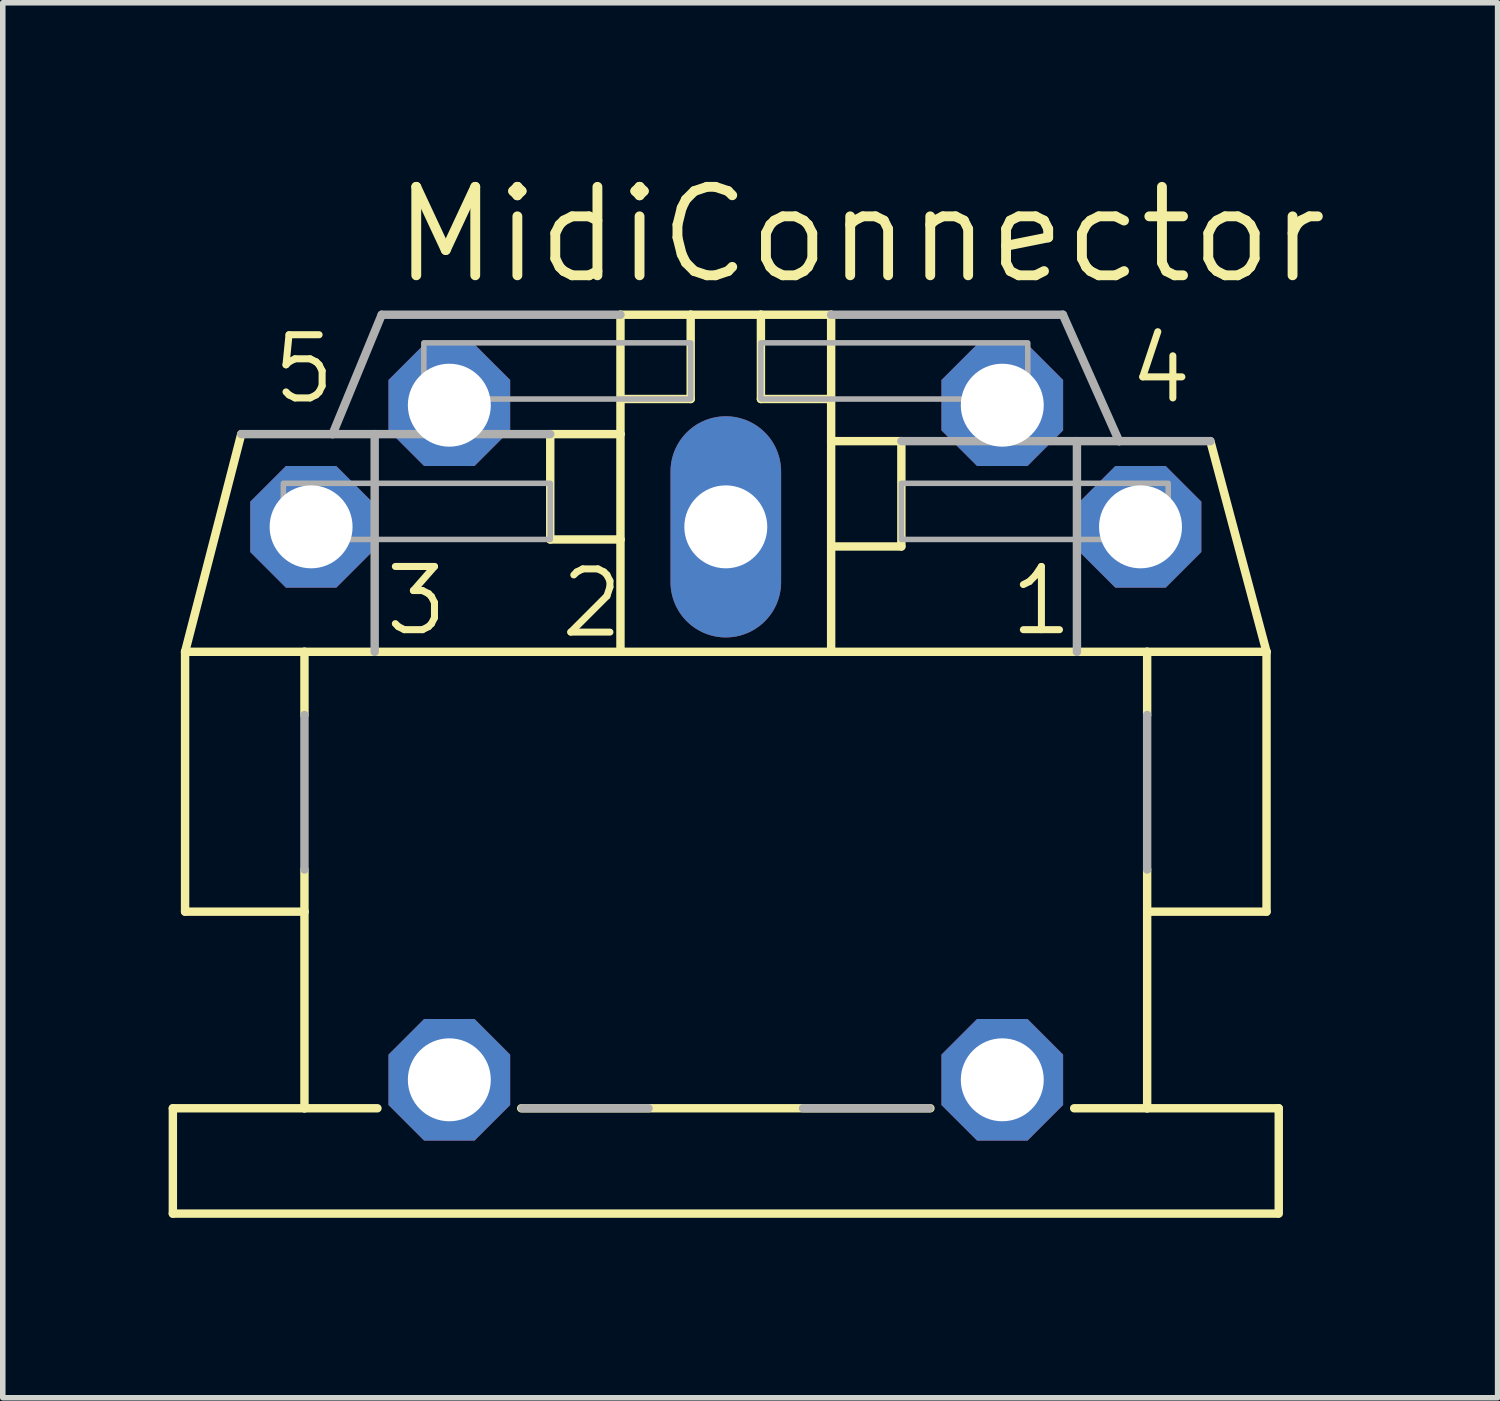
<source format=kicad_pcb>
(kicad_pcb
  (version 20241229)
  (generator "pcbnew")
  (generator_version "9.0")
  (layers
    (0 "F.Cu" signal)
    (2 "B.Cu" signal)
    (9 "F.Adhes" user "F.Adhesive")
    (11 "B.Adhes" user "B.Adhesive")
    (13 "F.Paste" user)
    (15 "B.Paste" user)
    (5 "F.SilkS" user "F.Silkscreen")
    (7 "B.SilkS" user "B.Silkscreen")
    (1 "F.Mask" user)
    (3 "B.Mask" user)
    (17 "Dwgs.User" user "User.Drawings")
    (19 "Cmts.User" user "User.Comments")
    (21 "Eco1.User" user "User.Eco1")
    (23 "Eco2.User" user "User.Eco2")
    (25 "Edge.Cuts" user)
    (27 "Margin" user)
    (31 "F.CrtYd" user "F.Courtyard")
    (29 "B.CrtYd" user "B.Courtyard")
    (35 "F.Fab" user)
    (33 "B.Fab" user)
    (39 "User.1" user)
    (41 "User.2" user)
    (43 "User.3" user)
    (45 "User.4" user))
  (footprint "MidiConnector"
    (layer "F.Cu")
    (at 10.076 18.978)
    (property "Reference" "MidiConnector" (at -6.096 -16.844 0) (unlocked yes) (layer "F.SilkS") (effects (font (size 1.6 1.6) (thickness 0.178)) (justify left bottom)))
    (fp_line (start -10 -0.08) (end -10 -1.985) (stroke (width 0.152) (type solid)) (layer "F.SilkS"))
    (fp_line (start -10 -0.08) (end 9.979 -0.08) (stroke (width 0.152) (type solid)) (layer "F.SilkS"))
    (fp_line (start -9.779 -5.541) (end -9.779 -10.24) (stroke (width 0.152) (type solid)) (layer "F.SilkS"))
    (fp_line (start -9.779 -5.541) (end -7.62 -5.541) (stroke (width 0.152) (type solid)) (layer "F.SilkS"))
    (fp_line (start -8.763 -14.177) (end -9.779 -10.24) (stroke (width 0.152) (type solid)) (layer "F.SilkS"))
    (fp_line (start -7.62 -10.24) (end -9.779 -10.24) (stroke (width 0.152) (type solid)) (layer "F.SilkS"))
    (fp_line (start -7.62 -10.24) (end -7.62 -9.097) (stroke (width 0.152) (type solid)) (layer "F.SilkS"))
    (fp_line (start -7.62 -5.541) (end -7.62 -6.303) (stroke (width 0.152) (type solid)) (layer "F.SilkS"))
    (fp_line (start -7.62 -1.985) (end -10 -1.985) (stroke (width 0.152) (type solid)) (layer "F.SilkS"))
    (fp_line (start -7.62 -1.985) (end -7.62 -5.541) (stroke (width 0.152) (type solid)) (layer "F.SilkS"))
    (fp_line (start -7.62 -1.985) (end -6.3 -1.985) (stroke (width 0.152) (type solid)) (layer "F.SilkS"))
    (fp_line (start -3.7 -1.985) (end 3.7 -1.985) (stroke (width 0.152) (type solid)) (layer "F.SilkS"))
    (fp_line (start -3.175 -14.177) (end -3.175 -12.272) (stroke (width 0.152) (type solid)) (layer "F.SilkS"))
    (fp_line (start -1.905 -16.336) (end -1.905 -14.812) (stroke (width 0.152) (type solid)) (layer "F.SilkS"))
    (fp_line (start -1.905 -14.812) (end -1.905 -14.177) (stroke (width 0.152) (type solid)) (layer "F.SilkS"))
    (fp_line (start -1.905 -14.812) (end -0.635 -14.812) (stroke (width 0.152) (type solid)) (layer "F.SilkS"))
    (fp_line (start -1.905 -14.177) (end -3.175 -14.177) (stroke (width 0.152) (type solid)) (layer "F.SilkS"))
    (fp_line (start -1.905 -14.177) (end -1.905 -12.272) (stroke (width 0.152) (type solid)) (layer "F.SilkS"))
    (fp_line (start -1.905 -12.272) (end -3.175 -12.272) (stroke (width 0.152) (type solid)) (layer "F.SilkS"))
    (fp_line (start -1.905 -12.272) (end -1.905 -10.24) (stroke (width 0.152) (type solid)) (layer "F.SilkS"))
    (fp_line (start -1.905 -10.24) (end -7.62 -10.24) (stroke (width 0.152) (type solid)) (layer "F.SilkS"))
    (fp_line (start -0.635 -16.336) (end -1.905 -16.336) (stroke (width 0.152) (type solid)) (layer "F.SilkS"))
    (fp_line (start -0.635 -16.336) (end -0.635 -14.812) (stroke (width 0.152) (type solid)) (layer "F.SilkS"))
    (fp_line (start 0.635 -16.336) (end -0.635 -16.336) (stroke (width 0.152) (type solid)) (layer "F.SilkS"))
    (fp_line (start 0.635 -16.336) (end 0.635 -14.812) (stroke (width 0.152) (type solid)) (layer "F.SilkS"))
    (fp_line (start 1.905 -16.336) (end 0.635 -16.336) (stroke (width 0.152) (type solid)) (layer "F.SilkS"))
    (fp_line (start 1.905 -16.336) (end 1.905 -14.812) (stroke (width 0.152) (type solid)) (layer "F.SilkS"))
    (fp_line (start 1.905 -14.812) (end 0.635 -14.812) (stroke (width 0.152) (type solid)) (layer "F.SilkS"))
    (fp_line (start 1.905 -14.812) (end 1.905 -14.05) (stroke (width 0.152) (type solid)) (layer "F.SilkS"))
    (fp_line (start 1.905 -14.05) (end 1.905 -12.145) (stroke (width 0.152) (type solid)) (layer "F.SilkS"))
    (fp_line (start 1.905 -12.145) (end 1.905 -10.24) (stroke (width 0.152) (type solid)) (layer "F.SilkS"))
    (fp_line (start 1.905 -12.145) (end 3.175 -12.145) (stroke (width 0.152) (type solid)) (layer "F.SilkS"))
    (fp_line (start 1.905 -10.24) (end -1.905 -10.24) (stroke (width 0.152) (type solid)) (layer "F.SilkS"))
    (fp_line (start 3.175 -14.05) (end 1.905 -14.05) (stroke (width 0.152) (type solid)) (layer "F.SilkS"))
    (fp_line (start 3.175 -14.05) (end 3.175 -12.145) (stroke (width 0.152) (type solid)) (layer "F.SilkS"))
    (fp_line (start 6.3 -1.985) (end 7.62 -1.985) (stroke (width 0.152) (type solid)) (layer "F.SilkS"))
    (fp_line (start 7.62 -10.24) (end 1.905 -10.24) (stroke (width 0.152) (type solid)) (layer "F.SilkS"))
    (fp_line (start 7.62 -10.24) (end 7.62 -9.097) (stroke (width 0.152) (type solid)) (layer "F.SilkS"))
    (fp_line (start 7.62 -5.541) (end 7.62 -6.303) (stroke (width 0.152) (type solid)) (layer "F.SilkS"))
    (fp_line (start 7.62 -1.985) (end 7.62 -5.541) (stroke (width 0.152) (type solid)) (layer "F.SilkS"))
    (fp_line (start 8.763 -14.05) (end 9.779 -10.24) (stroke (width 0.152) (type solid)) (layer "F.SilkS"))
    (fp_line (start 9.779 -10.24) (end 7.62 -10.24) (stroke (width 0.152) (type solid)) (layer "F.SilkS"))
    (fp_line (start 9.779 -5.541) (end 7.62 -5.541) (stroke (width 0.152) (type solid)) (layer "F.SilkS"))
    (fp_line (start 9.779 -5.541) (end 9.779 -10.24) (stroke (width 0.152) (type solid)) (layer "F.SilkS"))
    (fp_line (start 10 -1.985) (end 7.62 -1.985) (stroke (width 0.152) (type solid)) (layer "F.SilkS"))
    (fp_line (start 10 -0.08) (end 10 -1.985) (stroke (width 0.152) (type solid)) (layer "F.SilkS"))
    (fp_line (start -8.763 -14.177) (end -7.112 -14.177) (stroke (width 0.152) (type solid)) (layer "F.Fab"))
    (fp_line (start -7.62 -9.097) (end -7.62 -6.303) (stroke (width 0.152) (type solid)) (layer "F.Fab"))
    (fp_line (start -7.112 -14.177) (end -6.223 -16.336) (stroke (width 0.152) (type solid)) (layer "F.Fab"))
    (fp_line (start -6.35 -14.177) (end -7.112 -14.177) (stroke (width 0.152) (type solid)) (layer "F.Fab"))
    (fp_line (start -6.35 -14.177) (end -6.35 -10.24) (stroke (width 0.152) (type solid)) (layer "F.Fab"))
    (fp_line (start -3.175 -14.177) (end -6.35 -14.177) (stroke (width 0.152) (type solid)) (layer "F.Fab"))
    (fp_line (start -1.905 -16.336) (end -6.223 -16.336) (stroke (width 0.152) (type solid)) (layer "F.Fab"))
    (fp_line (start -1.397 -1.985) (end -3.683 -1.985) (stroke (width 0.152) (type solid)) (layer "F.Fab"))
    (fp_line (start 3.683 -1.985) (end 1.397 -1.985) (stroke (width 0.152) (type solid)) (layer "F.Fab"))
    (fp_line (start 6.096 -16.336) (end 1.905 -16.336) (stroke (width 0.152) (type solid)) (layer "F.Fab"))
    (fp_line (start 6.096 -16.336) (end 7.112 -14.05) (stroke (width 0.152) (type solid)) (layer "F.Fab"))
    (fp_line (start 6.35 -14.05) (end 3.175 -14.05) (stroke (width 0.152) (type solid)) (layer "F.Fab"))
    (fp_line (start 6.35 -14.05) (end 6.35 -10.24) (stroke (width 0.152) (type solid)) (layer "F.Fab"))
    (fp_line (start 7.112 -14.05) (end 6.35 -14.05) (stroke (width 0.152) (type solid)) (layer "F.Fab"))
    (fp_line (start 7.62 -9.097) (end 7.62 -6.303) (stroke (width 0.152) (type solid)) (layer "F.Fab"))
    (fp_line (start 8.763 -14.05) (end 7.112 -14.05) (stroke (width 0.152) (type solid)) (layer "F.Fab"))
    (fp_poly (pts (xy -8.001 -12.272) (xy -3.175 -12.272) (xy -3.175 -13.288) (xy -8.001 -13.288)) (stroke (width 0.1) (type default)) (fill no) (layer "F.Fab"))
    (fp_poly (pts (xy -5.461 -14.812) (xy -0.635 -14.812) (xy -0.635 -15.828) (xy -5.461 -15.828)) (stroke (width 0.1) (type default)) (fill no) (layer "F.Fab"))
    (fp_poly (pts (xy 0.635 -14.812) (xy 5.461 -14.812) (xy 5.461 -15.828) (xy 0.635 -15.828)) (stroke (width 0.1) (type default)) (fill no) (layer "F.Fab"))
    (fp_poly (pts (xy 3.175 -12.272) (xy 8.001 -12.272) (xy 8.001 -13.288) (xy 3.175 -13.288)) (stroke (width 0.1) (type default)) (fill no) (layer "F.Fab"))
    (fp_text user "2" (at -3.05 -10.45 0) (unlocked yes) (layer "F.SilkS") (effects (font (size 1.143 1.143) (thickness 0.127)) (justify left bottom)))
    (fp_text user "1" (at 5.08 -10.494 0) (unlocked yes) (layer "F.SilkS") (effects (font (size 1.143 1.143) (thickness 0.127)) (justify left bottom)))
    (fp_text user "4" (at 7.239 -14.685 0) (unlocked yes) (layer "F.SilkS") (effects (font (size 1.143 1.143) (thickness 0.127)) (justify left bottom)))
    (fp_text user "5" (at -8.255 -14.685 0) (unlocked yes) (layer "F.SilkS") (effects (font (size 1.143 1.143) (thickness 0.127)) (justify left bottom)))
    (fp_text user "3" (at -6.223 -10.494 0) (unlocked yes) (layer "F.SilkS") (effects (font (size 1.143 1.143) (thickness 0.127)) (justify left bottom)))
    (pad "1" thru_hole roundrect (at 7.5 -12.5) (size 2.2 2.2) (drill 1.5) (layers "*.Cu" "*.Mask") (roundrect_rratio 0.25) (chamfer_ratio 0.293) (chamfer top_left top_right bottom_left bottom_right))
    (pad "2" thru_hole oval (at 0 -12.5 90) (size 4 2) (drill 1.5) (layers "*.Cu" "*.Mask"))
    (pad "3" thru_hole roundrect (at -7.5 -12.5) (size 2.2 2.2) (drill 1.5) (layers "*.Cu" "*.Mask") (roundrect_rratio 0.25) (chamfer_ratio 0.293) (chamfer top_left top_right bottom_left bottom_right))
    (pad "4" thru_hole roundrect (at 5 -14.7) (size 2.2 2.2) (drill 1.5) (layers "*.Cu" "*.Mask") (roundrect_rratio 0.25) (chamfer_ratio 0.293) (chamfer top_left top_right bottom_left bottom_right))
    (pad "5" thru_hole roundrect (at -5 -14.7) (size 2.2 2.2) (drill 1.5) (layers "*.Cu" "*.Mask") (roundrect_rratio 0.25) (chamfer_ratio 0.293) (chamfer top_left top_right bottom_left bottom_right))
    (pad "PE1" thru_hole roundrect (at -5 -2.5) (size 2.2 2.2) (drill 1.5) (layers "*.Cu" "*.Mask") (roundrect_rratio 0.25) (chamfer_ratio 0.293) (chamfer top_left top_right bottom_left bottom_right))
    (pad "PE2" thru_hole roundrect (at 5 -2.5) (size 2.2 2.2) (drill 1.5) (layers "*.Cu" "*.Mask") (roundrect_rratio 0.25) (chamfer_ratio 0.293) (chamfer top_left top_right bottom_left bottom_right)))
  (gr_rect
    (start -3 -3)
    (end 24.034 22.228)
    (stroke (width 0.1) (type default))
    (fill no)
    (layer "Edge.Cuts")))
</source>
